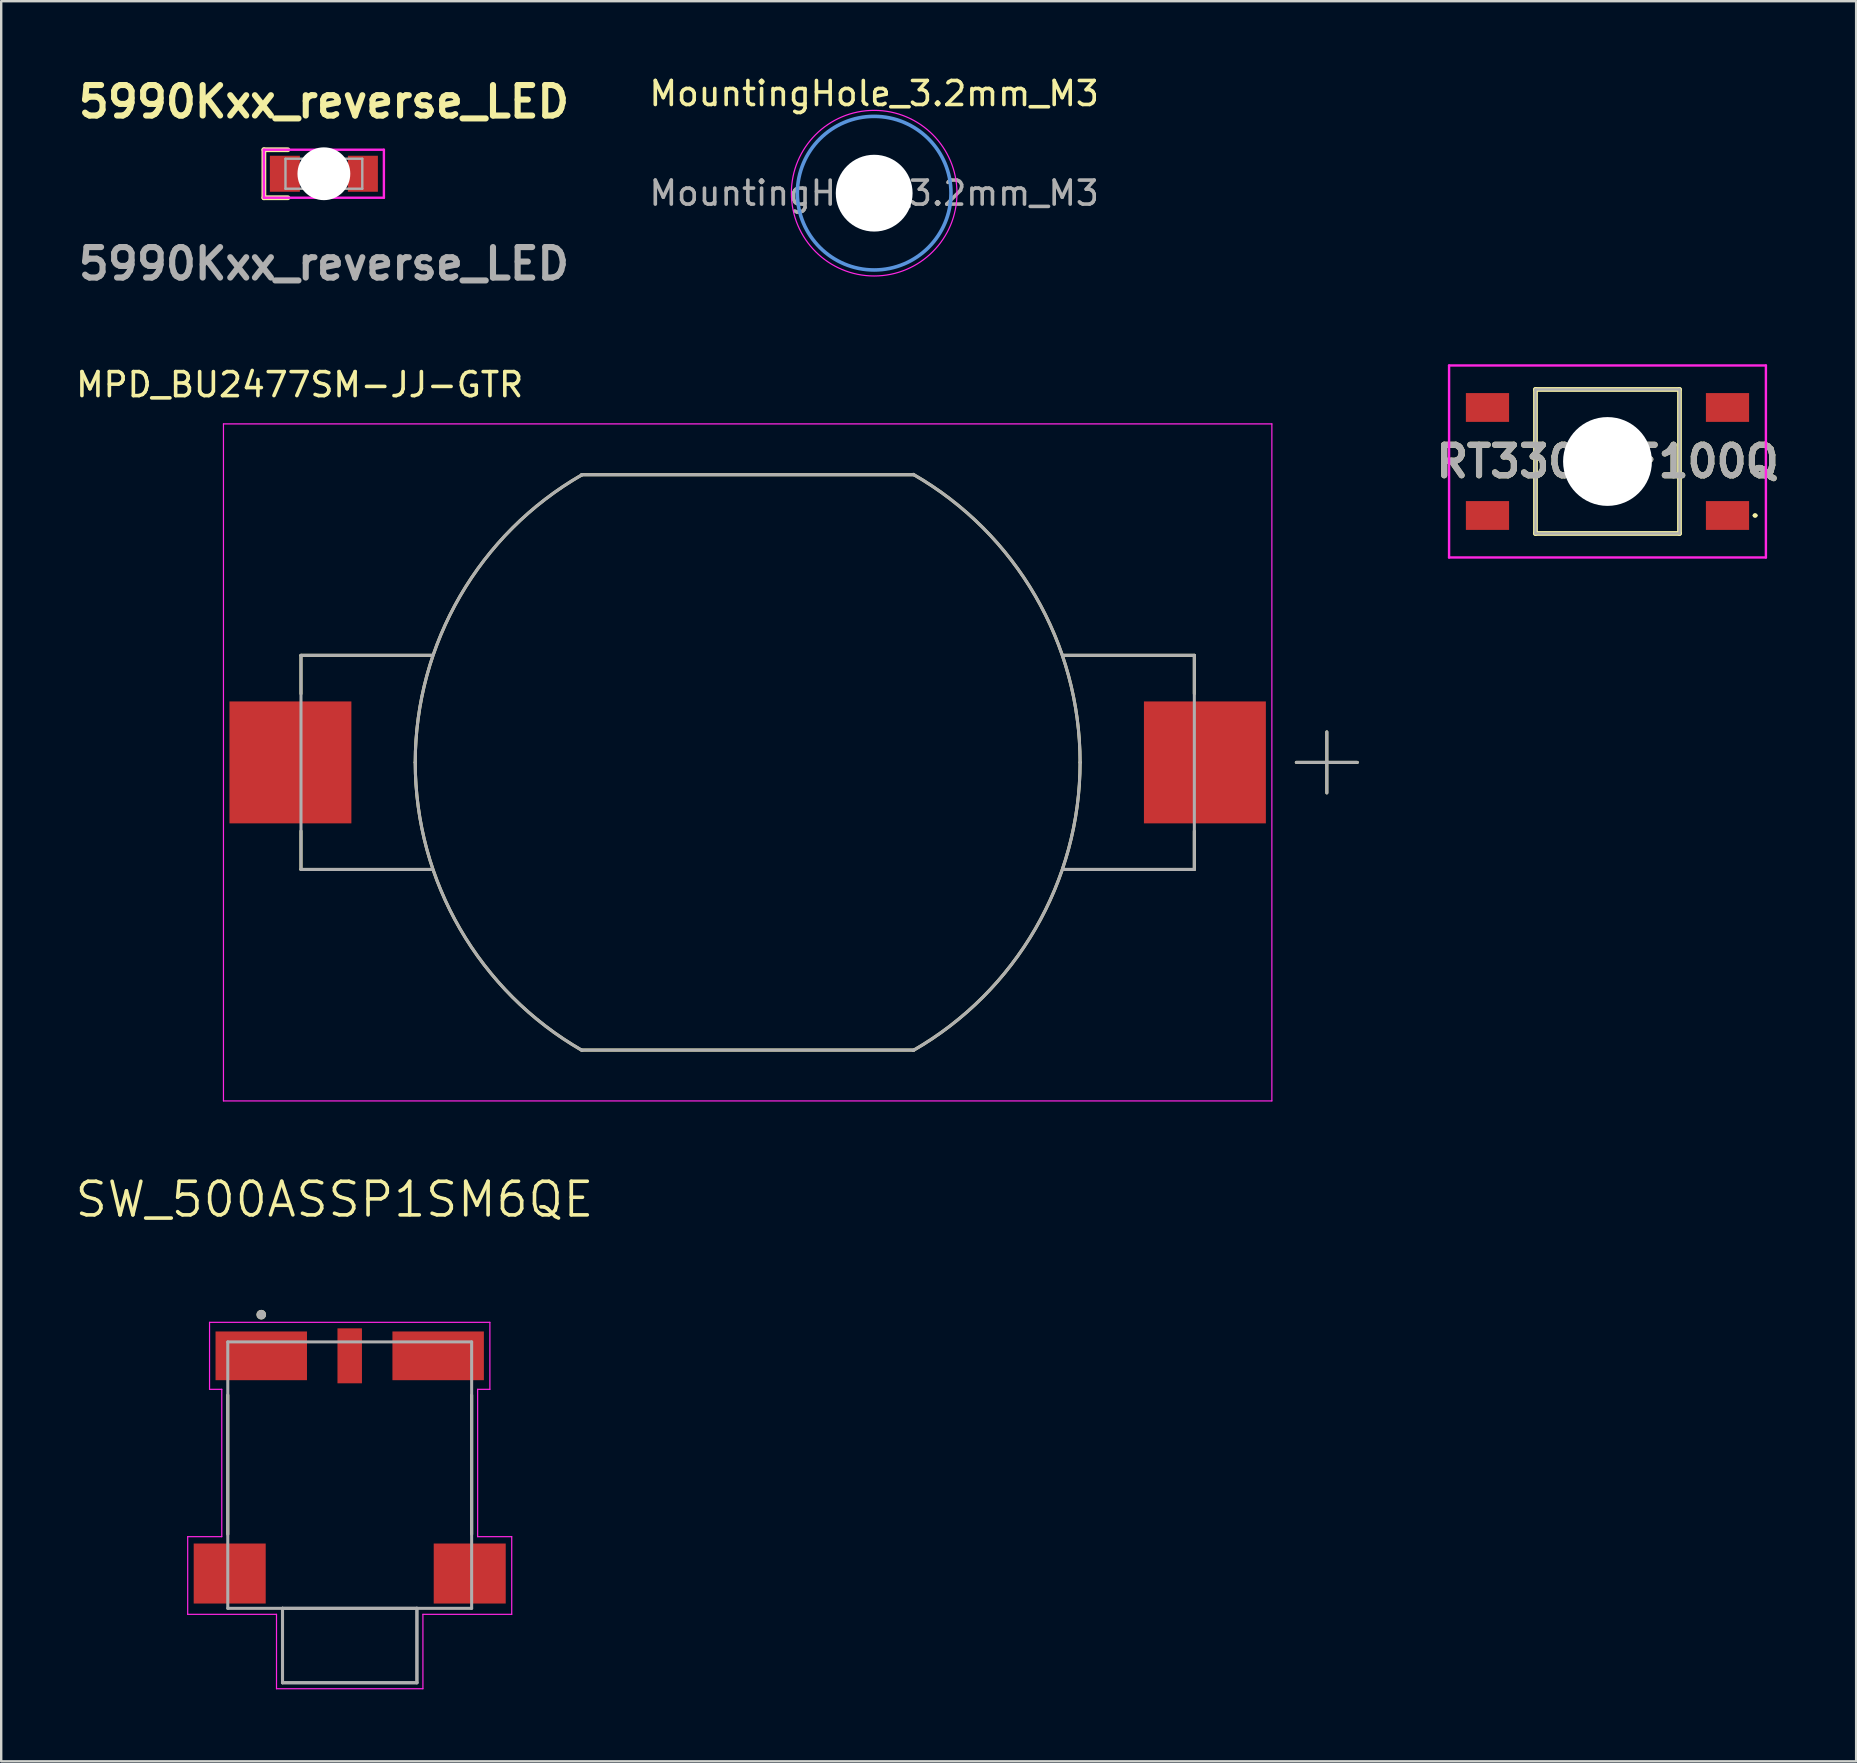
<source format=kicad_pcb>
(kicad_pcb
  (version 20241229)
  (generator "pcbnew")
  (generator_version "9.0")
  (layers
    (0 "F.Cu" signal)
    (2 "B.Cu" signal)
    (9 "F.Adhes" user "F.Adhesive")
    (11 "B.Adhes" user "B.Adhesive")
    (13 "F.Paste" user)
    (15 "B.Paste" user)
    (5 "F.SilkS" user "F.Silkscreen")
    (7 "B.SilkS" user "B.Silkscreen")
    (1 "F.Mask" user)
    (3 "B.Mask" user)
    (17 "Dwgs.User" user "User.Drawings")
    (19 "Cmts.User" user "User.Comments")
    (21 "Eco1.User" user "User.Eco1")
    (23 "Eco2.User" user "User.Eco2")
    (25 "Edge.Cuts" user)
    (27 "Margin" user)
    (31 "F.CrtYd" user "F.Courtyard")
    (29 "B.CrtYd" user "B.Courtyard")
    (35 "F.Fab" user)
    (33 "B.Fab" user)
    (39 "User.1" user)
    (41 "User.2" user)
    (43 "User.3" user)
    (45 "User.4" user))
  (footprint "MountingHole_3.2mm_M3"
    (layer "F.Cu")
    (at 33.371 4.998)
    (property "Reference" "MountingHole_3.2mm_M3" (at 0 -4.15 0) (layer "F.SilkS") (effects (font (size 1 1) (thickness 0.15))))
    (attr exclude_from_pos_files exclude_from_bom)
    (fp_circle (center 0 0) (end 3.2 0) (stroke (width 0.15) (type solid)) (fill no) (layer "Cmts.User"))
    (fp_circle (center 0 0) (end 3.45 0) (stroke (width 0.05) (type solid)) (fill no) (layer "F.CrtYd"))
    (fp_text user "${REFERENCE}" (at 0 0 0) (layer "F.Fab") (effects (font (size 1 1) (thickness 0.15))))
    (pad "" np_thru_hole circle (at 0 0) (size 3.2 3.2) (drill 3.2) (layers "*.Cu" "*.Mask")))
  (footprint "5990Kxx_reverse_LED"
    (layer "F.Cu")
    (at 10.444 4.189)
    (property "Reference" "5990Kxx_reverse_LED" (at 0 -3 0) (layer "F.SilkS") (effects (font (size 1.27 1.27) (thickness 0.254))))
    (attr through_hole)
    (fp_line (start -2.5 -1) (end -2.5 1) (stroke (width 0.2) (type default)) (layer "F.SilkS"))
    (fp_line (start -2.5 1) (end -1.5 1) (stroke (width 0.2) (type default)) (layer "F.SilkS"))
    (fp_line (start -1.5 -1) (end -2.5 -1) (stroke (width 0.2) (type default)) (layer "F.SilkS"))
    (fp_line (start -2.5 -1) (end 2.5 -1) (stroke (width 0.1) (type solid)) (layer "F.CrtYd"))
    (fp_line (start -2.5 1) (end -2.5 -1) (stroke (width 0.1) (type solid)) (layer "F.CrtYd"))
    (fp_line (start 2.5 -1) (end 2.5 1) (stroke (width 0.1) (type solid)) (layer "F.CrtYd"))
    (fp_line (start 2.5 1) (end -2.5 1) (stroke (width 0.1) (type solid)) (layer "F.CrtYd"))
    (fp_line (start -1.6 -0.625) (end 1.6 -0.625) (stroke (width 0.1) (type solid)) (layer "F.Fab"))
    (fp_line (start -1.6 0.625) (end -1.6 -0.625) (stroke (width 0.1) (type solid)) (layer "F.Fab"))
    (fp_line (start 1.6 -0.625) (end 1.6 0.625) (stroke (width 0.1) (type solid)) (layer "F.Fab"))
    (fp_line (start 1.6 0.625) (end -1.6 0.625) (stroke (width 0.1) (type solid)) (layer "F.Fab"))
    (fp_text user "${REFERENCE}" (at 0 3.75 0) (layer "F.Fab") (effects (font (size 1.27 1.27) (thickness 0.254))))
    (pad "" np_thru_hole circle (at 0 0) (size 2.2 2.2) (drill 2.2) (layers "*.Cu" "*.Mask"))
    (pad "1" smd rect (at -1.625 0) (size 1.25 1.5) (layers "F.Cu" "F.Mask" "F.Paste"))
    (pad "2" smd rect (at 1.625 0) (size 1.25 1.5) (layers "F.Cu" "F.Mask" "F.Paste")))
  (footprint "MPD_BU2477SM-JJ-GTR"
    (layer "F.Cu")
    (at 28.1 28.714)
    (property "Reference" "MPD_BU2477SM-JJ-GTR" (at -18.665 -15.738 0) (layer "F.SilkS") (effects (font (size 1 1) (thickness 0.15))))
    (attr smd)
    (fp_line (start -18.61 -4.46) (end -18.61 -2.86) (stroke (width 0.127) (type solid)) (layer "F.SilkS"))
    (fp_line (start -18.61 -4.46) (end -13.15 -4.46) (stroke (width 0.127) (type solid)) (layer "F.SilkS"))
    (fp_line (start -18.61 4.46) (end -18.61 2.86) (stroke (width 0.127) (type solid)) (layer "F.SilkS"))
    (fp_line (start -18.61 4.46) (end -13.15 4.46) (stroke (width 0.127) (type solid)) (layer "F.SilkS"))
    (fp_line (start -6.92 -11.985) (end -6.9 -11.985) (stroke (width 0.127) (type solid)) (layer "F.SilkS"))
    (fp_line (start -6.92 11.985) (end 6.92 11.985) (stroke (width 0.127) (type solid)) (layer "F.SilkS"))
    (fp_line (start -6.9 -11.985) (end 6.92 -11.985) (stroke (width 0.127) (type solid)) (layer "F.SilkS"))
    (fp_line (start 18.61 -4.46) (end 13.15 -4.46) (stroke (width 0.127) (type solid)) (layer "F.SilkS"))
    (fp_line (start 18.61 -4.46) (end 18.61 -2.86) (stroke (width 0.127) (type solid)) (layer "F.SilkS"))
    (fp_line (start 18.61 4.46) (end 13.15 4.46) (stroke (width 0.127) (type solid)) (layer "F.SilkS"))
    (fp_line (start 18.61 4.46) (end 18.61 2.86) (stroke (width 0.127) (type solid)) (layer "F.SilkS"))
    (fp_line (start 22.86 0) (end 25.4 0) (stroke (width 0.127) (type solid)) (layer "F.SilkS"))
    (fp_line (start 24.13 -1.27) (end 24.13 1.27) (stroke (width 0.127) (type solid)) (layer "F.SilkS"))
    (fp_arc (start -13.85 0) (mid -11.983519 -6.925267) (end -6.9 -11.985) (stroke (width 0.127) (type solid)) (layer "F.SilkS"))
    (fp_arc (start -6.9 12) (mid -11.985532 6.932767) (end -13.85 0) (stroke (width 0.127) (type solid)) (layer "F.SilkS"))
    (fp_arc (start 6.9 -12) (mid 11.985532 -6.932767) (end 13.85 0) (stroke (width 0.127) (type solid)) (layer "F.SilkS"))
    (fp_arc (start 13.85 0) (mid 11.985532 6.932767) (end 6.9 12) (stroke (width 0.127) (type solid)) (layer "F.SilkS"))
    (fp_line (start -21.84 -14.103) (end -21.84 14.103) (stroke (width 0.05) (type solid)) (layer "F.CrtYd"))
    (fp_line (start -21.84 14.103) (end 21.84 14.103) (stroke (width 0.05) (type solid)) (layer "F.CrtYd"))
    (fp_line (start 21.84 -14.103) (end -21.84 -14.103) (stroke (width 0.05) (type solid)) (layer "F.CrtYd"))
    (fp_line (start 21.84 14.103) (end 21.84 -14.103) (stroke (width 0.05) (type solid)) (layer "F.CrtYd"))
    (fp_line (start -18.61 -4.46) (end -18.61 4.46) (stroke (width 0.127) (type solid)) (layer "F.Fab"))
    (fp_line (start -18.61 -4.46) (end -13.15 -4.46) (stroke (width 0.127) (type solid)) (layer "F.Fab"))
    (fp_line (start -18.61 4.46) (end -13.15 4.46) (stroke (width 0.127) (type solid)) (layer "F.Fab"))
    (fp_line (start -6.92 -11.985) (end -6.9 -11.985) (stroke (width 0.127) (type solid)) (layer "F.Fab"))
    (fp_line (start -6.92 11.985) (end 6.92 11.985) (stroke (width 0.127) (type solid)) (layer "F.Fab"))
    (fp_line (start -6.9 -11.985) (end 6.92 -11.985) (stroke (width 0.127) (type solid)) (layer "F.Fab"))
    (fp_line (start 18.61 -4.46) (end 13.15 -4.46) (stroke (width 0.127) (type solid)) (layer "F.Fab"))
    (fp_line (start 18.61 -4.46) (end 18.61 4.46) (stroke (width 0.127) (type solid)) (layer "F.Fab"))
    (fp_line (start 18.61 4.46) (end 13.15 4.46) (stroke (width 0.127) (type solid)) (layer "F.Fab"))
    (fp_line (start 22.86 0) (end 25.4 0) (stroke (width 0.127) (type solid)) (layer "F.Fab"))
    (fp_line (start 24.13 -1.27) (end 24.13 1.27) (stroke (width 0.127) (type solid)) (layer "F.Fab"))
    (fp_arc (start -13.85 0) (mid -11.983519 -6.925267) (end -6.9 -11.985) (stroke (width 0.127) (type solid)) (layer "F.Fab"))
    (fp_arc (start -6.9 12) (mid -11.985532 6.932767) (end -13.85 0) (stroke (width 0.127) (type solid)) (layer "F.Fab"))
    (fp_arc (start 6.9 -12) (mid 11.985532 -6.932767) (end 13.85 0) (stroke (width 0.127) (type solid)) (layer "F.Fab"))
    (fp_arc (start 13.85 0) (mid 11.985532 6.932767) (end 6.9 12) (stroke (width 0.127) (type solid)) (layer "F.Fab"))
    (pad "N" smd rect (at -19.05 0) (size 5.08 5.08) (layers "F.Cu" "F.Mask" "F.Paste"))
    (pad "P" smd rect (at 19.05 0) (size 5.08 5.08) (layers "F.Cu" "F.Mask" "F.Paste")))
  (footprint "RT3301AF100Q"
    (layer "F.Cu")
    (at 63.923 16.177)
    (property "Reference" "RT3301AF100Q" (at 0 0 0) (layer "F.SilkS") (effects (font (size 1.27 1.27) (thickness 0.254))))
    (attr through_hole)
    (fp_line (start -3 -3) (end -3 3) (stroke (width 0.2) (type solid)) (layer "F.SilkS"))
    (fp_line (start -3 3) (end 3 3) (stroke (width 0.2) (type solid)) (layer "F.SilkS"))
    (fp_line (start 3 -3) (end -3 -3) (stroke (width 0.2) (type solid)) (layer "F.SilkS"))
    (fp_line (start 3 3) (end 3 -3) (stroke (width 0.2) (type solid)) (layer "F.SilkS"))
    (fp_line (start 6.1 2.25) (end 6.1 2.25) (stroke (width 0.1) (type solid)) (layer "F.SilkS"))
    (fp_line (start 6.2 2.25) (end 6.2 2.25) (stroke (width 0.1) (type solid)) (layer "F.SilkS"))
    (fp_arc (start 6.1 2.25) (mid 6.15 2.2) (end 6.2 2.25) (stroke (width 0.1) (type solid)) (layer "F.SilkS"))
    (fp_arc (start 6.2 2.25) (mid 6.15 2.3) (end 6.1 2.25) (stroke (width 0.1) (type solid)) (layer "F.SilkS"))
    (fp_line (start -6.6 -4) (end 6.6 -4) (stroke (width 0.1) (type solid)) (layer "F.CrtYd"))
    (fp_line (start -6.6 4) (end -6.6 -4) (stroke (width 0.1) (type solid)) (layer "F.CrtYd"))
    (fp_line (start 6.6 -4) (end 6.6 4) (stroke (width 0.1) (type solid)) (layer "F.CrtYd"))
    (fp_line (start 6.6 4) (end -6.6 4) (stroke (width 0.1) (type solid)) (layer "F.CrtYd"))
    (fp_line (start -3 -3) (end -3 3) (stroke (width 0.1) (type solid)) (layer "F.Fab"))
    (fp_line (start -3 3) (end 3 3) (stroke (width 0.1) (type solid)) (layer "F.Fab"))
    (fp_line (start 3 -3) (end -3 -3) (stroke (width 0.1) (type solid)) (layer "F.Fab"))
    (fp_line (start 3 3) (end 3 -3) (stroke (width 0.1) (type solid)) (layer "F.Fab"))
    (fp_text user "${REFERENCE}" (at 0 0 0) (layer "F.Fab") (effects (font (size 1.27 1.27) (thickness 0.254))))
    (pad "" np_thru_hole circle (at 0 0) (size 3.7 3.7) (drill 3.7) (layers "*.Cu" "*.Mask"))
    (pad "1" smd rect (at -5 2.25 90) (size 1.2 1.8) (layers "F.Cu" "F.Mask" "F.Paste"))
    (pad "1" smd rect (at 5 2.25 90) (size 1.2 1.8) (layers "F.Cu" "F.Mask" "F.Paste"))
    (pad "2" smd rect (at -5 -2.25 90) (size 1.2 1.8) (layers "F.Cu" "F.Mask" "F.Paste"))
    (pad "2" smd rect (at 5 -2.25 90) (size 1.2 1.8) (layers "F.Cu" "F.Mask" "F.Paste")))
  (footprint "SW_500ASSP1SM6QE"
    (layer "F.Cu")
    (at 11.52 57.973)
    (property "Reference" "SW_500ASSP1SM6QE" (at -0.635 -11.049 0) (layer "F.SilkS") (effects (font (size 1.4 1.4) (thickness 0.15))))
    (attr smd)
    (fp_line (start -5.08 -2.899) (end -5.08 2.899) (stroke (width 0.127) (type solid)) (layer "F.SilkS"))
    (fp_line (start 5.08 -2.899) (end 5.08 2.899) (stroke (width 0.127) (type solid)) (layer "F.SilkS"))
    (fp_circle (center -3.685 -6.25) (end -3.585 -6.25) (stroke (width 0.2) (type solid)) (fill no) (layer "F.SilkS"))
    (fp_line (start -6.75 3) (end -5.33 3) (stroke (width 0.05) (type solid)) (layer "F.CrtYd"))
    (fp_line (start -6.75 6.235) (end -6.75 3) (stroke (width 0.05) (type solid)) (layer "F.CrtYd"))
    (fp_line (start -5.84 -5.93) (end 5.84 -5.93) (stroke (width 0.05) (type solid)) (layer "F.CrtYd"))
    (fp_line (start -5.84 -3.14) (end -5.84 -5.93) (stroke (width 0.05) (type solid)) (layer "F.CrtYd"))
    (fp_line (start -5.33 -3.14) (end -5.84 -3.14) (stroke (width 0.05) (type solid)) (layer "F.CrtYd"))
    (fp_line (start -5.33 3) (end -5.33 -3.14) (stroke (width 0.05) (type solid)) (layer "F.CrtYd"))
    (fp_line (start -3.05 6.235) (end -6.75 6.235) (stroke (width 0.05) (type solid)) (layer "F.CrtYd"))
    (fp_line (start -3.05 9.335) (end -3.05 6.235) (stroke (width 0.05) (type solid)) (layer "F.CrtYd"))
    (fp_line (start 3.05 6.235) (end 3.05 9.335) (stroke (width 0.05) (type solid)) (layer "F.CrtYd"))
    (fp_line (start 3.05 9.335) (end -3.05 9.335) (stroke (width 0.05) (type solid)) (layer "F.CrtYd"))
    (fp_line (start 5.33 -3.14) (end 5.33 3) (stroke (width 0.05) (type solid)) (layer "F.CrtYd"))
    (fp_line (start 5.33 3) (end 6.75 3) (stroke (width 0.05) (type solid)) (layer "F.CrtYd"))
    (fp_line (start 5.84 -5.93) (end 5.84 -3.14) (stroke (width 0.05) (type solid)) (layer "F.CrtYd"))
    (fp_line (start 5.84 -3.14) (end 5.33 -3.14) (stroke (width 0.05) (type solid)) (layer "F.CrtYd"))
    (fp_line (start 6.75 3) (end 6.75 6.235) (stroke (width 0.05) (type solid)) (layer "F.CrtYd"))
    (fp_line (start 6.75 6.235) (end 3.05 6.235) (stroke (width 0.05) (type solid)) (layer "F.CrtYd"))
    (fp_line (start -5.08 -5.115) (end -5.08 5.985) (stroke (width 0.127) (type solid)) (layer "F.Fab"))
    (fp_line (start -5.08 5.985) (end -2.8 5.985) (stroke (width 0.127) (type solid)) (layer "F.Fab"))
    (fp_line (start -2.8 5.985) (end -2.8 9.085) (stroke (width 0.127) (type solid)) (layer "F.Fab"))
    (fp_line (start -2.8 5.985) (end -2.8 9.085) (stroke (width 0.127) (type solid)) (layer "F.Fab"))
    (fp_line (start -2.8 5.985) (end 2.8 5.985) (stroke (width 0.127) (type solid)) (layer "F.Fab"))
    (fp_line (start -2.8 5.985) (end 2.8 5.985) (stroke (width 0.127) (type solid)) (layer "F.Fab"))
    (fp_line (start -2.8 9.085) (end 2.8 9.085) (stroke (width 0.127) (type solid)) (layer "F.Fab"))
    (fp_line (start -2.8 9.085) (end 2.8 9.085) (stroke (width 0.127) (type solid)) (layer "F.Fab"))
    (fp_line (start 2.8 5.985) (end 5.08 5.985) (stroke (width 0.127) (type solid)) (layer "F.Fab"))
    (fp_line (start 2.8 9.085) (end 2.8 5.985) (stroke (width 0.127) (type solid)) (layer "F.Fab"))
    (fp_line (start 2.8 9.085) (end 2.8 5.985) (stroke (width 0.127) (type solid)) (layer "F.Fab"))
    (fp_line (start 5.08 -5.115) (end -5.08 -5.115) (stroke (width 0.127) (type solid)) (layer "F.Fab"))
    (fp_line (start 5.08 5.985) (end 5.08 -5.115) (stroke (width 0.127) (type solid)) (layer "F.Fab"))
    (fp_circle (center -3.685 -6.25) (end -3.585 -6.25) (stroke (width 0.2) (type solid)) (fill no) (layer "F.Fab"))
    (pad "" smd rect (at -5 4.535) (size 3 2.5) (layers "F.Cu" "F.Mask" "F.Paste"))
    (pad "" smd rect (at 5 4.535) (size 3 2.5) (layers "F.Cu" "F.Mask" "F.Paste"))
    (pad "1" smd rect (at -3.685 -4.535) (size 3.81 2.03) (layers "F.Cu" "F.Mask" "F.Paste"))
    (pad "2" smd rect (at 0 -4.535) (size 1.02 2.29) (layers "F.Cu" "F.Mask" "F.Paste"))
    (pad "3" smd rect (at 3.685 -4.535) (size 3.81 2.03) (layers "F.Cu" "F.Mask" "F.Paste")))
  (gr_rect
    (start -3 -3)
    (end 74.283 70.333)
    (stroke (width 0.1) (type default))
    (fill no)
    (layer "Edge.Cuts")))
</source>
